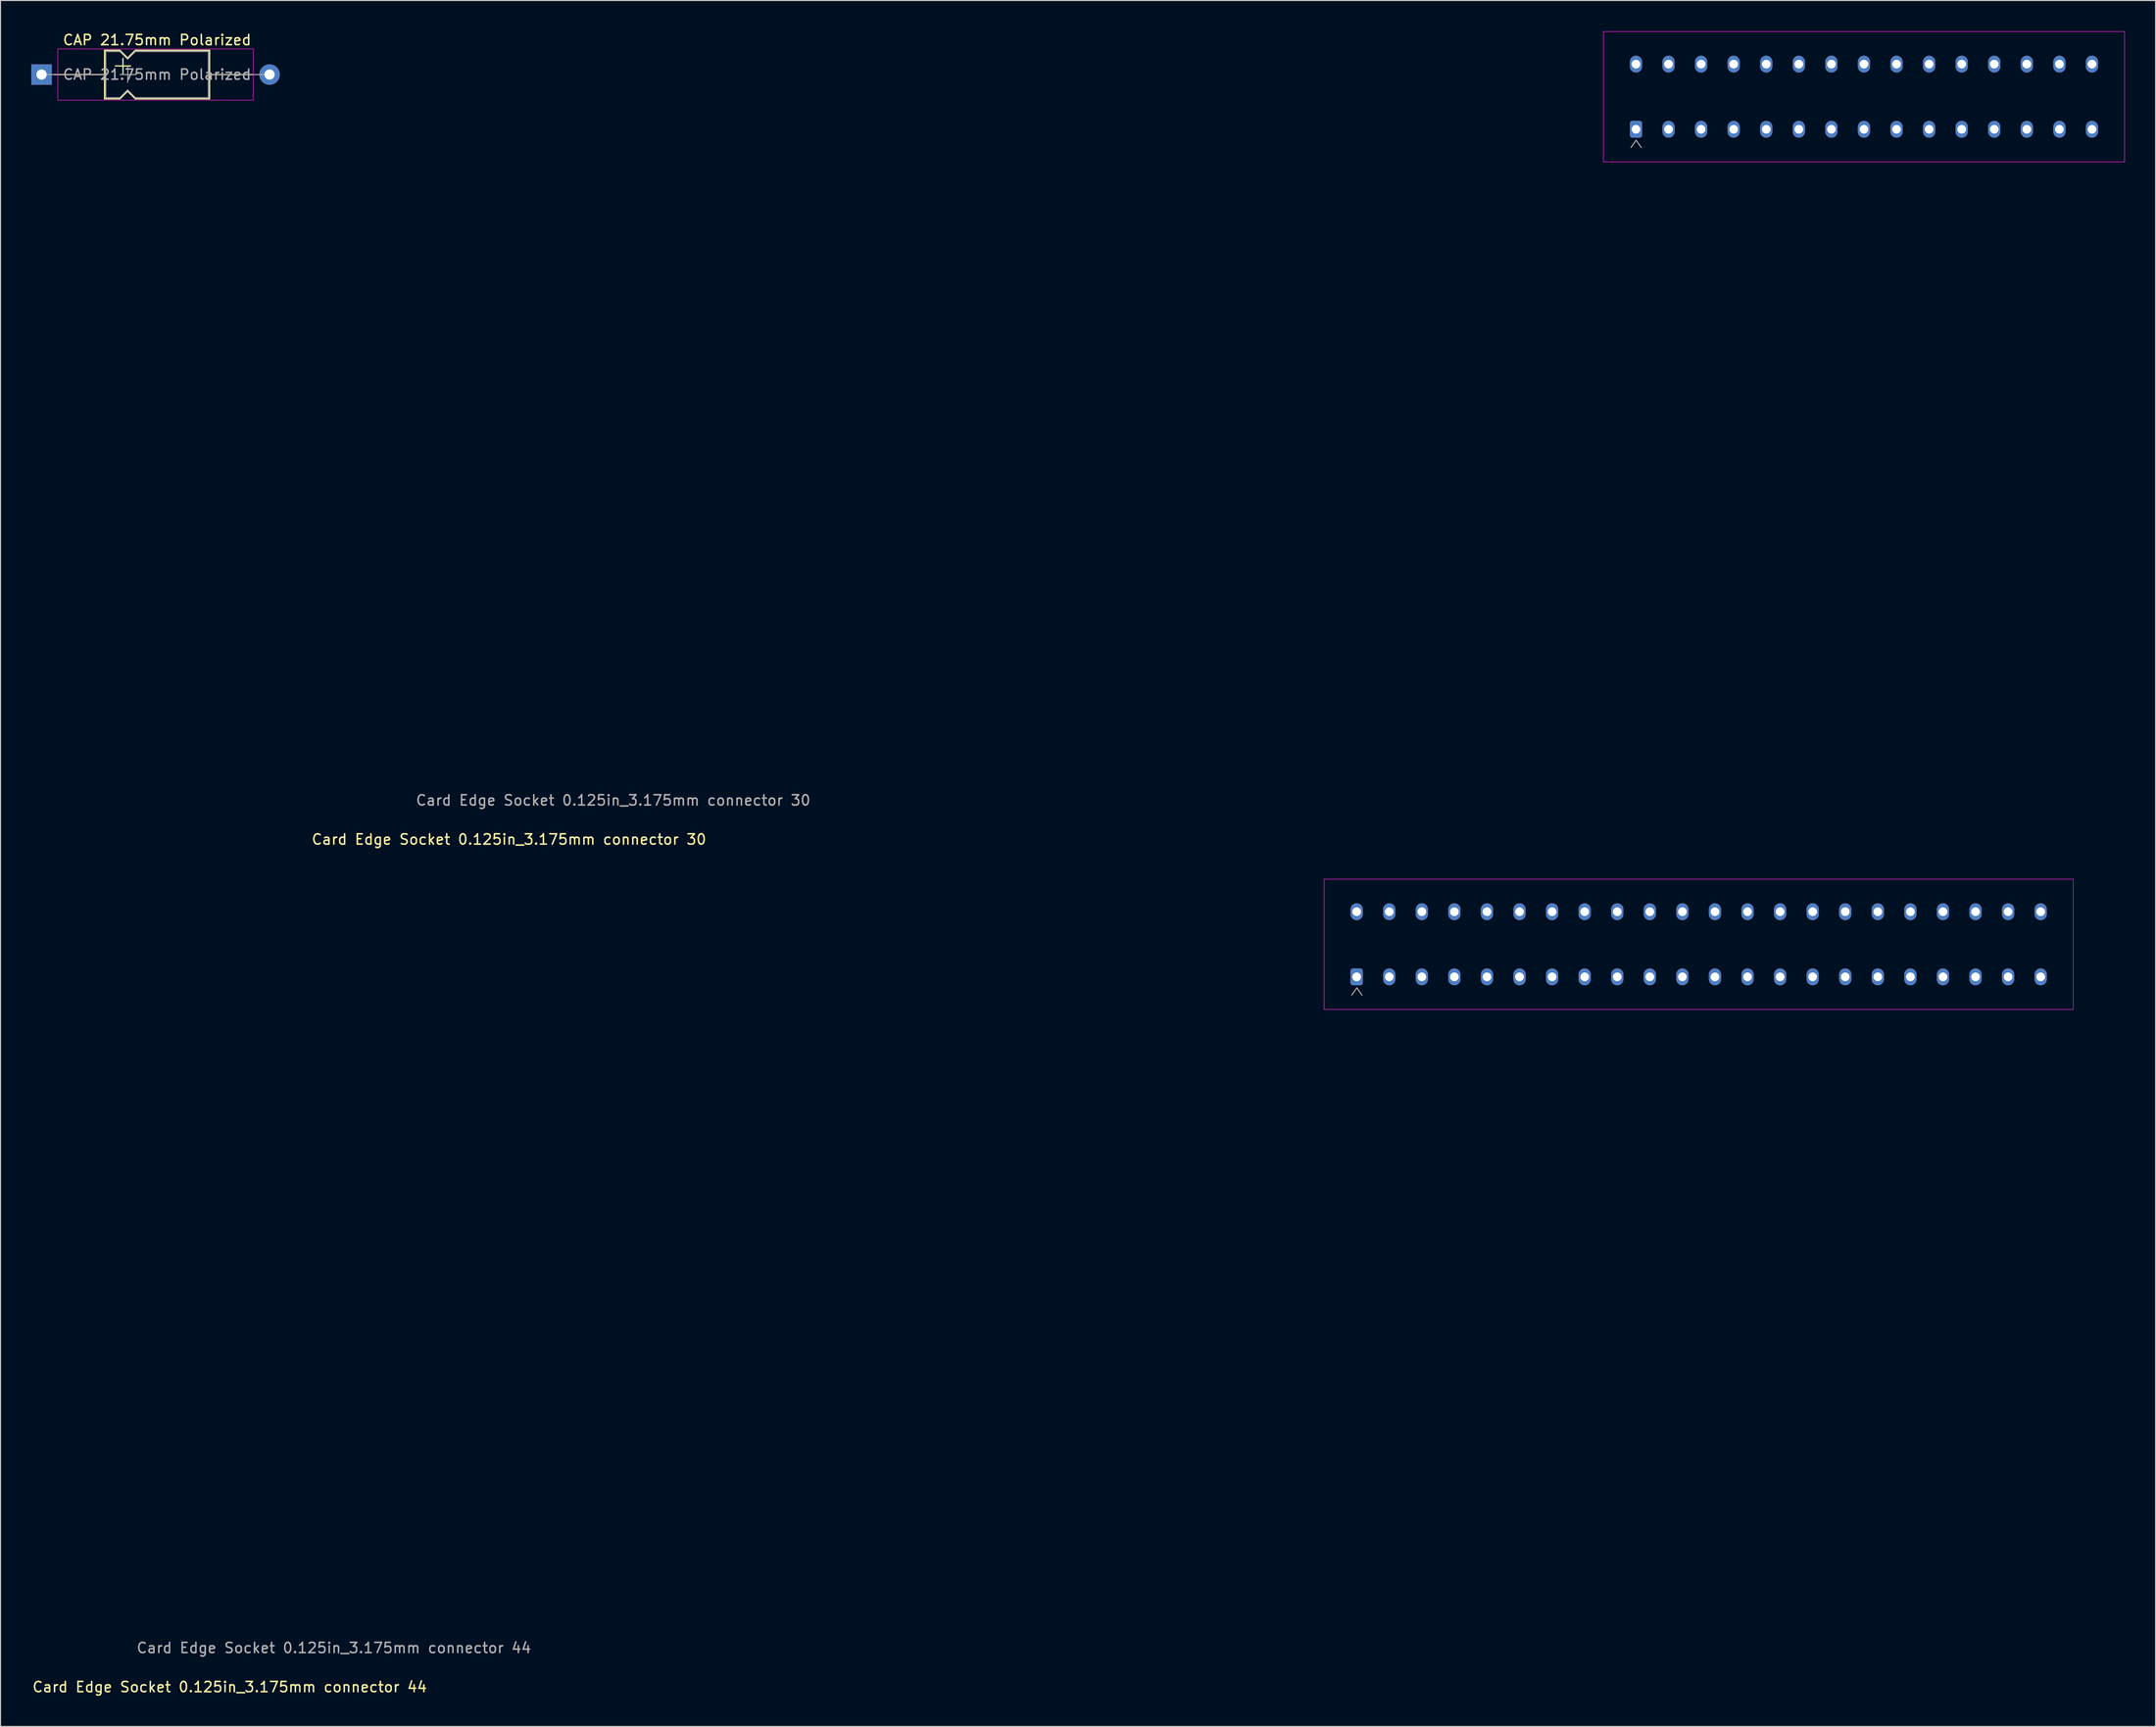
<source format=kicad_pcb>
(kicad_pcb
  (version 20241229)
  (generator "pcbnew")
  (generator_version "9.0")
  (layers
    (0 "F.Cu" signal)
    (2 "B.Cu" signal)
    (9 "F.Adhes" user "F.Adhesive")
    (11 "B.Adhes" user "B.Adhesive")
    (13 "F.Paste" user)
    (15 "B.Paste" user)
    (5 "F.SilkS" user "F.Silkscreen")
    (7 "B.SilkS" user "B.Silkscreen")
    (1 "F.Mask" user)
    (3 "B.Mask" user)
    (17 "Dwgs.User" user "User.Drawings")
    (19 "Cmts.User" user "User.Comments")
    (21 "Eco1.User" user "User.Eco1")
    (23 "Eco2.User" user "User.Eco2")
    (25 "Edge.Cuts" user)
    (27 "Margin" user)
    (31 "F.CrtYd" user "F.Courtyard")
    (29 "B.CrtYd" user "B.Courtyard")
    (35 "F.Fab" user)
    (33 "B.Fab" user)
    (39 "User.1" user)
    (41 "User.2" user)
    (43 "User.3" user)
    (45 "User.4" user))
  (footprint "CAP 21.75mm Polarized"
    (layer "F.Cu")
    (at 1 4.218)
    (property "Reference" "CAP 21.75mm Polarized" (at 11.26 -3.37 0) (layer "F.SilkS") (effects (font (size 1 1) (thickness 0.15))))
    (attr through_hole)
    (fp_line (start 1.24 0) (end 6.35 0) (stroke (width 0.12) (type solid)) (layer "F.SilkS"))
    (fp_line (start 6.14 -2.37) (end 6.14 2.37) (stroke (width 0.12) (type solid)) (layer "F.SilkS"))
    (fp_line (start 6.14 -2.37) (end 7.64 -2.37) (stroke (width 0.12) (type solid)) (layer "F.SilkS"))
    (fp_line (start 6.14 2.37) (end 7.64 2.37) (stroke (width 0.12) (type solid)) (layer "F.SilkS"))
    (fp_line (start 7.188 -0.838) (end 8.688 -0.838) (stroke (width 0.12) (type solid)) (layer "F.SilkS"))
    (fp_line (start 7.64 -2.37) (end 8.39 -1.62) (stroke (width 0.12) (type solid)) (layer "F.SilkS"))
    (fp_line (start 7.64 2.37) (end 8.39 1.62) (stroke (width 0.12) (type solid)) (layer "F.SilkS"))
    (fp_line (start 7.938 -1.587) (end 7.938 -0.087) (stroke (width 0.12) (type solid)) (layer "F.SilkS"))
    (fp_line (start 8.39 -1.62) (end 9.14 -2.37) (stroke (width 0.12) (type solid)) (layer "F.SilkS"))
    (fp_line (start 8.39 1.62) (end 9.14 2.37) (stroke (width 0.12) (type solid)) (layer "F.SilkS"))
    (fp_line (start 9.14 -2.37) (end 16.38 -2.37) (stroke (width 0.12) (type solid)) (layer "F.SilkS"))
    (fp_line (start 9.14 2.37) (end 16.38 2.37) (stroke (width 0.12) (type solid)) (layer "F.SilkS"))
    (fp_line (start 16.38 -2.37) (end 16.38 2.37) (stroke (width 0.12) (type solid)) (layer "F.SilkS"))
    (fp_line (start 20.637 0) (end 16.38 0) (stroke (width 0.12) (type solid)) (layer "F.SilkS"))
    (fp_line (start 1.587 -2.5) (end 1.587 2.5) (stroke (width 0.05) (type solid)) (layer "F.CrtYd"))
    (fp_line (start 1.587 2.5) (end 20.637 2.5) (stroke (width 0.05) (type solid)) (layer "F.CrtYd"))
    (fp_line (start 20.637 -2.5) (end 1.587 -2.5) (stroke (width 0.05) (type solid)) (layer "F.CrtYd"))
    (fp_line (start 20.637 2.5) (end 20.637 -2.5) (stroke (width 0.05) (type solid)) (layer "F.CrtYd"))
    (fp_line (start 0 0) (end 6.35 0) (stroke (width 0.1) (type solid)) (layer "F.Fab"))
    (fp_line (start 6.26 -2.25) (end 6.26 2.25) (stroke (width 0.1) (type solid)) (layer "F.Fab"))
    (fp_line (start 6.26 -2.25) (end 7.64 -2.25) (stroke (width 0.1) (type solid)) (layer "F.Fab"))
    (fp_line (start 6.26 2.25) (end 7.64 2.25) (stroke (width 0.1) (type solid)) (layer "F.Fab"))
    (fp_line (start 7.64 -2.25) (end 8.39 -1.5) (stroke (width 0.1) (type solid)) (layer "F.Fab"))
    (fp_line (start 7.64 2.25) (end 8.39 1.5) (stroke (width 0.1) (type solid)) (layer "F.Fab"))
    (fp_line (start 7.66 0) (end 9.16 0) (stroke (width 0.1) (type solid)) (layer "F.Fab"))
    (fp_line (start 8.39 -1.5) (end 9.14 -2.25) (stroke (width 0.1) (type solid)) (layer "F.Fab"))
    (fp_line (start 8.39 1.5) (end 9.14 2.25) (stroke (width 0.1) (type solid)) (layer "F.Fab"))
    (fp_line (start 8.41 -0.75) (end 8.41 0.75) (stroke (width 0.1) (type solid)) (layer "F.Fab"))
    (fp_line (start 9.14 -2.25) (end 16.26 -2.25) (stroke (width 0.1) (type solid)) (layer "F.Fab"))
    (fp_line (start 9.14 2.25) (end 16.26 2.25) (stroke (width 0.1) (type solid)) (layer "F.Fab"))
    (fp_line (start 16.26 -2.25) (end 16.26 2.25) (stroke (width 0.1) (type solid)) (layer "F.Fab"))
    (fp_line (start 22.225 0) (end 16.26 0) (stroke (width 0.1) (type solid)) (layer "F.Fab"))
    (fp_text user "${REFERENCE}" (at 11.26 0 0) (layer "F.Fab") (effects (font (size 1 1) (thickness 0.15))))
    (pad "1" thru_hole rect (at 0 0) (size 2 2) (drill 1) (layers "*.Cu" "*.Mask"))
    (pad "2" thru_hole oval (at 22.225 0) (size 2 2) (drill 1) (layers "*.Cu" "*.Mask")))
  (footprint "Card Edge Socket 0.125in_3.175mm connector 44"
    (layer "F.Cu")
    (at 126.019 92.163)
    (property "Reference" "Card Edge Socket 0.125in_3.175mm connector 44" (at -106.68 69.215 0) (layer "F.SilkS") (effects (font (size 1 1) (thickness 0.15))))
    (attr through_hole)
    (fp_line (start 0 -9.525) (end 73.025 -9.525) (stroke (width 0.05) (type solid)) (layer "F.CrtYd"))
    (fp_line (start 0 3.175) (end 0 -9.525) (stroke (width 0.05) (type solid)) (layer "F.CrtYd"))
    (fp_line (start 73.025 -9.525) (end 73.025 3.175) (stroke (width 0.05) (type solid)) (layer "F.CrtYd"))
    (fp_line (start 73.025 3.175) (end 0 3.175) (stroke (width 0.05) (type solid)) (layer "F.CrtYd"))
    (fp_line (start 2.69 1.777) (end 3.19 1.07) (stroke (width 0.1) (type solid)) (layer "F.Fab"))
    (fp_line (start 3.19 1.07) (end 3.69 1.777) (stroke (width 0.1) (type solid)) (layer "F.Fab"))
    (fp_text user "${REFERENCE}" (at -96.52 65.405 0) (layer "F.Fab") (effects (font (size 1 1) (thickness 0.15))))
    (pad "1" thru_hole roundrect (at 3.175 0) (size 1.2 1.65) (drill 0.85) (layers "*.Cu" "*.Mask") (roundrect_rratio 0.208))
    (pad "2" thru_hole oval (at 3.175 -6.35) (size 1.2 1.65) (drill 0.85) (layers "*.Cu" "*.Mask"))
    (pad "3" thru_hole oval (at 6.35 0) (size 1.2 1.65) (drill 0.85) (layers "*.Cu" "*.Mask"))
    (pad "4" thru_hole oval (at 6.35 -6.35) (size 1.2 1.65) (drill 0.85) (layers "*.Cu" "*.Mask"))
    (pad "5" thru_hole oval (at 9.525 0) (size 1.2 1.65) (drill 0.85) (layers "*.Cu" "*.Mask"))
    (pad "6" thru_hole oval (at 9.525 -6.35) (size 1.2 1.65) (drill 0.85) (layers "*.Cu" "*.Mask"))
    (pad "7" thru_hole oval (at 12.7 0) (size 1.2 1.65) (drill 0.85) (layers "*.Cu" "*.Mask"))
    (pad "8" thru_hole oval (at 12.7 -6.35) (size 1.2 1.65) (drill 0.85) (layers "*.Cu" "*.Mask"))
    (pad "9" thru_hole oval (at 15.875 0) (size 1.2 1.65) (drill 0.85) (layers "*.Cu" "*.Mask"))
    (pad "10" thru_hole oval (at 15.875 -6.35) (size 1.2 1.65) (drill 0.85) (layers "*.Cu" "*.Mask"))
    (pad "11" thru_hole oval (at 19.05 0) (size 1.2 1.65) (drill 0.85) (layers "*.Cu" "*.Mask"))
    (pad "12" thru_hole oval (at 19.05 -6.35) (size 1.2 1.65) (drill 0.85) (layers "*.Cu" "*.Mask"))
    (pad "13" thru_hole oval (at 22.225 0) (size 1.2 1.65) (drill 0.85) (layers "*.Cu" "*.Mask"))
    (pad "14" thru_hole oval (at 22.225 -6.35) (size 1.2 1.65) (drill 0.85) (layers "*.Cu" "*.Mask"))
    (pad "15" thru_hole oval (at 25.4 0) (size 1.2 1.65) (drill 0.85) (layers "*.Cu" "*.Mask"))
    (pad "16" thru_hole oval (at 25.4 -6.35) (size 1.2 1.65) (drill 0.85) (layers "*.Cu" "*.Mask"))
    (pad "17" thru_hole oval (at 28.575 0) (size 1.2 1.65) (drill 0.85) (layers "*.Cu" "*.Mask"))
    (pad "18" thru_hole oval (at 28.575 -6.35) (size 1.2 1.65) (drill 0.85) (layers "*.Cu" "*.Mask"))
    (pad "19" thru_hole oval (at 31.75 0) (size 1.2 1.65) (drill 0.85) (layers "*.Cu" "*.Mask"))
    (pad "20" thru_hole oval (at 31.75 -6.35) (size 1.2 1.65) (drill 0.85) (layers "*.Cu" "*.Mask"))
    (pad "21" thru_hole oval (at 34.925 0) (size 1.2 1.65) (drill 0.85) (layers "*.Cu" "*.Mask"))
    (pad "22" thru_hole oval (at 34.925 -6.35) (size 1.2 1.65) (drill 0.85) (layers "*.Cu" "*.Mask"))
    (pad "23" thru_hole oval (at 38.1 0) (size 1.2 1.65) (drill 0.85) (layers "*.Cu" "*.Mask"))
    (pad "24" thru_hole oval (at 38.1 -6.35) (size 1.2 1.65) (drill 0.85) (layers "*.Cu" "*.Mask"))
    (pad "25" thru_hole oval (at 41.275 0) (size 1.2 1.65) (drill 0.85) (layers "*.Cu" "*.Mask"))
    (pad "26" thru_hole oval (at 41.275 -6.35) (size 1.2 1.65) (drill 0.85) (layers "*.Cu" "*.Mask"))
    (pad "27" thru_hole oval (at 44.45 0) (size 1.2 1.65) (drill 0.85) (layers "*.Cu" "*.Mask"))
    (pad "28" thru_hole oval (at 44.45 -6.35) (size 1.2 1.65) (drill 0.85) (layers "*.Cu" "*.Mask"))
    (pad "29" thru_hole oval (at 47.625 0) (size 1.2 1.65) (drill 0.85) (layers "*.Cu" "*.Mask"))
    (pad "30" thru_hole oval (at 47.625 -6.35) (size 1.2 1.65) (drill 0.85) (layers "*.Cu" "*.Mask"))
    (pad "31" thru_hole oval (at 50.8 0) (size 1.2 1.65) (drill 0.85) (layers "*.Cu" "*.Mask"))
    (pad "32" thru_hole oval (at 50.8 -6.35) (size 1.2 1.65) (drill 0.85) (layers "*.Cu" "*.Mask"))
    (pad "33" thru_hole oval (at 53.975 0) (size 1.2 1.65) (drill 0.85) (layers "*.Cu" "*.Mask"))
    (pad "34" thru_hole oval (at 53.975 -6.35) (size 1.2 1.65) (drill 0.85) (layers "*.Cu" "*.Mask"))
    (pad "35" thru_hole oval (at 57.15 0) (size 1.2 1.65) (drill 0.85) (layers "*.Cu" "*.Mask"))
    (pad "36" thru_hole oval (at 57.15 -6.35) (size 1.2 1.65) (drill 0.85) (layers "*.Cu" "*.Mask"))
    (pad "37" thru_hole oval (at 60.325 0) (size 1.2 1.65) (drill 0.85) (layers "*.Cu" "*.Mask"))
    (pad "38" thru_hole oval (at 60.325 -6.35) (size 1.2 1.65) (drill 0.85) (layers "*.Cu" "*.Mask"))
    (pad "39" thru_hole oval (at 63.5 0) (size 1.2 1.65) (drill 0.85) (layers "*.Cu" "*.Mask"))
    (pad "40" thru_hole oval (at 63.5 -6.35) (size 1.2 1.65) (drill 0.85) (layers "*.Cu" "*.Mask"))
    (pad "41" thru_hole oval (at 66.675 0) (size 1.2 1.65) (drill 0.85) (layers "*.Cu" "*.Mask"))
    (pad "42" thru_hole oval (at 66.675 -6.35) (size 1.2 1.65) (drill 0.85) (layers "*.Cu" "*.Mask"))
    (pad "43" thru_hole oval (at 69.85 0) (size 1.2 1.65) (drill 0.85) (layers "*.Cu" "*.Mask"))
    (pad "44" thru_hole oval (at 69.85 -6.35) (size 1.2 1.65) (drill 0.85) (layers "*.Cu" "*.Mask")))
  (footprint "Card Edge Socket 0.125in_3.175mm connector 30"
    (layer "F.Cu")
    (at 153.244 9.55)
    (property "Reference" "Card Edge Socket 0.125in_3.175mm connector 30" (at -106.68 69.215 0) (layer "F.SilkS") (effects (font (size 1 1) (thickness 0.15))))
    (attr through_hole)
    (fp_line (start 0 -9.525) (end 50.8 -9.525) (stroke (width 0.05) (type solid)) (layer "F.CrtYd"))
    (fp_line (start 0 3.175) (end 0 -9.525) (stroke (width 0.05) (type solid)) (layer "F.CrtYd"))
    (fp_line (start 50.8 -9.525) (end 50.8 3.175) (stroke (width 0.05) (type solid)) (layer "F.CrtYd"))
    (fp_line (start 50.8 3.175) (end 0 3.175) (stroke (width 0.05) (type solid)) (layer "F.CrtYd"))
    (fp_line (start 2.69 1.777) (end 3.19 1.07) (stroke (width 0.1) (type solid)) (layer "F.Fab"))
    (fp_line (start 3.19 1.07) (end 3.69 1.777) (stroke (width 0.1) (type solid)) (layer "F.Fab"))
    (fp_text user "${REFERENCE}" (at -96.52 65.405 0) (layer "F.Fab") (effects (font (size 1 1) (thickness 0.15))))
    (pad "1" thru_hole roundrect (at 3.175 0) (size 1.2 1.65) (drill 0.85) (layers "*.Cu" "*.Mask") (roundrect_rratio 0.208))
    (pad "2" thru_hole oval (at 3.175 -6.35) (size 1.2 1.65) (drill 0.85) (layers "*.Cu" "*.Mask"))
    (pad "3" thru_hole oval (at 6.35 0) (size 1.2 1.65) (drill 0.85) (layers "*.Cu" "*.Mask"))
    (pad "4" thru_hole oval (at 6.35 -6.35) (size 1.2 1.65) (drill 0.85) (layers "*.Cu" "*.Mask"))
    (pad "5" thru_hole oval (at 9.525 0) (size 1.2 1.65) (drill 0.85) (layers "*.Cu" "*.Mask"))
    (pad "6" thru_hole oval (at 9.525 -6.35) (size 1.2 1.65) (drill 0.85) (layers "*.Cu" "*.Mask"))
    (pad "7" thru_hole oval (at 12.7 0) (size 1.2 1.65) (drill 0.85) (layers "*.Cu" "*.Mask"))
    (pad "8" thru_hole oval (at 12.7 -6.35) (size 1.2 1.65) (drill 0.85) (layers "*.Cu" "*.Mask"))
    (pad "9" thru_hole oval (at 15.875 0) (size 1.2 1.65) (drill 0.85) (layers "*.Cu" "*.Mask"))
    (pad "10" thru_hole oval (at 15.875 -6.35) (size 1.2 1.65) (drill 0.85) (layers "*.Cu" "*.Mask"))
    (pad "11" thru_hole oval (at 19.05 0) (size 1.2 1.65) (drill 0.85) (layers "*.Cu" "*.Mask"))
    (pad "12" thru_hole oval (at 19.05 -6.35) (size 1.2 1.65) (drill 0.85) (layers "*.Cu" "*.Mask"))
    (pad "13" thru_hole oval (at 22.225 0) (size 1.2 1.65) (drill 0.85) (layers "*.Cu" "*.Mask"))
    (pad "14" thru_hole oval (at 22.225 -6.35) (size 1.2 1.65) (drill 0.85) (layers "*.Cu" "*.Mask"))
    (pad "15" thru_hole oval (at 25.4 0) (size 1.2 1.65) (drill 0.85) (layers "*.Cu" "*.Mask"))
    (pad "16" thru_hole oval (at 25.4 -6.35) (size 1.2 1.65) (drill 0.85) (layers "*.Cu" "*.Mask"))
    (pad "17" thru_hole oval (at 28.575 0) (size 1.2 1.65) (drill 0.85) (layers "*.Cu" "*.Mask"))
    (pad "18" thru_hole oval (at 28.575 -6.35) (size 1.2 1.65) (drill 0.85) (layers "*.Cu" "*.Mask"))
    (pad "19" thru_hole oval (at 31.75 0) (size 1.2 1.65) (drill 0.85) (layers "*.Cu" "*.Mask"))
    (pad "20" thru_hole oval (at 31.75 -6.35) (size 1.2 1.65) (drill 0.85) (layers "*.Cu" "*.Mask"))
    (pad "21" thru_hole oval (at 34.925 0) (size 1.2 1.65) (drill 0.85) (layers "*.Cu" "*.Mask"))
    (pad "22" thru_hole oval (at 34.925 -6.35) (size 1.2 1.65) (drill 0.85) (layers "*.Cu" "*.Mask"))
    (pad "23" thru_hole oval (at 38.1 0) (size 1.2 1.65) (drill 0.85) (layers "*.Cu" "*.Mask"))
    (pad "24" thru_hole oval (at 38.1 -6.35) (size 1.2 1.65) (drill 0.85) (layers "*.Cu" "*.Mask"))
    (pad "25" thru_hole oval (at 41.275 0) (size 1.2 1.65) (drill 0.85) (layers "*.Cu" "*.Mask"))
    (pad "26" thru_hole oval (at 41.275 -6.35) (size 1.2 1.65) (drill 0.85) (layers "*.Cu" "*.Mask"))
    (pad "27" thru_hole oval (at 44.45 0) (size 1.2 1.65) (drill 0.85) (layers "*.Cu" "*.Mask"))
    (pad "28" thru_hole oval (at 44.45 -6.35) (size 1.2 1.65) (drill 0.85) (layers "*.Cu" "*.Mask"))
    (pad "29" thru_hole oval (at 47.625 0) (size 1.2 1.65) (drill 0.85) (layers "*.Cu" "*.Mask"))
    (pad "30" thru_hole oval (at 47.625 -6.35) (size 1.2 1.65) (drill 0.85) (layers "*.Cu" "*.Mask")))
  (gr_rect
    (start -3 -3)
    (end 207.069 165.226)
    (stroke (width 0.1) (type default))
    (fill no)
    (layer "Edge.Cuts")))
</source>
